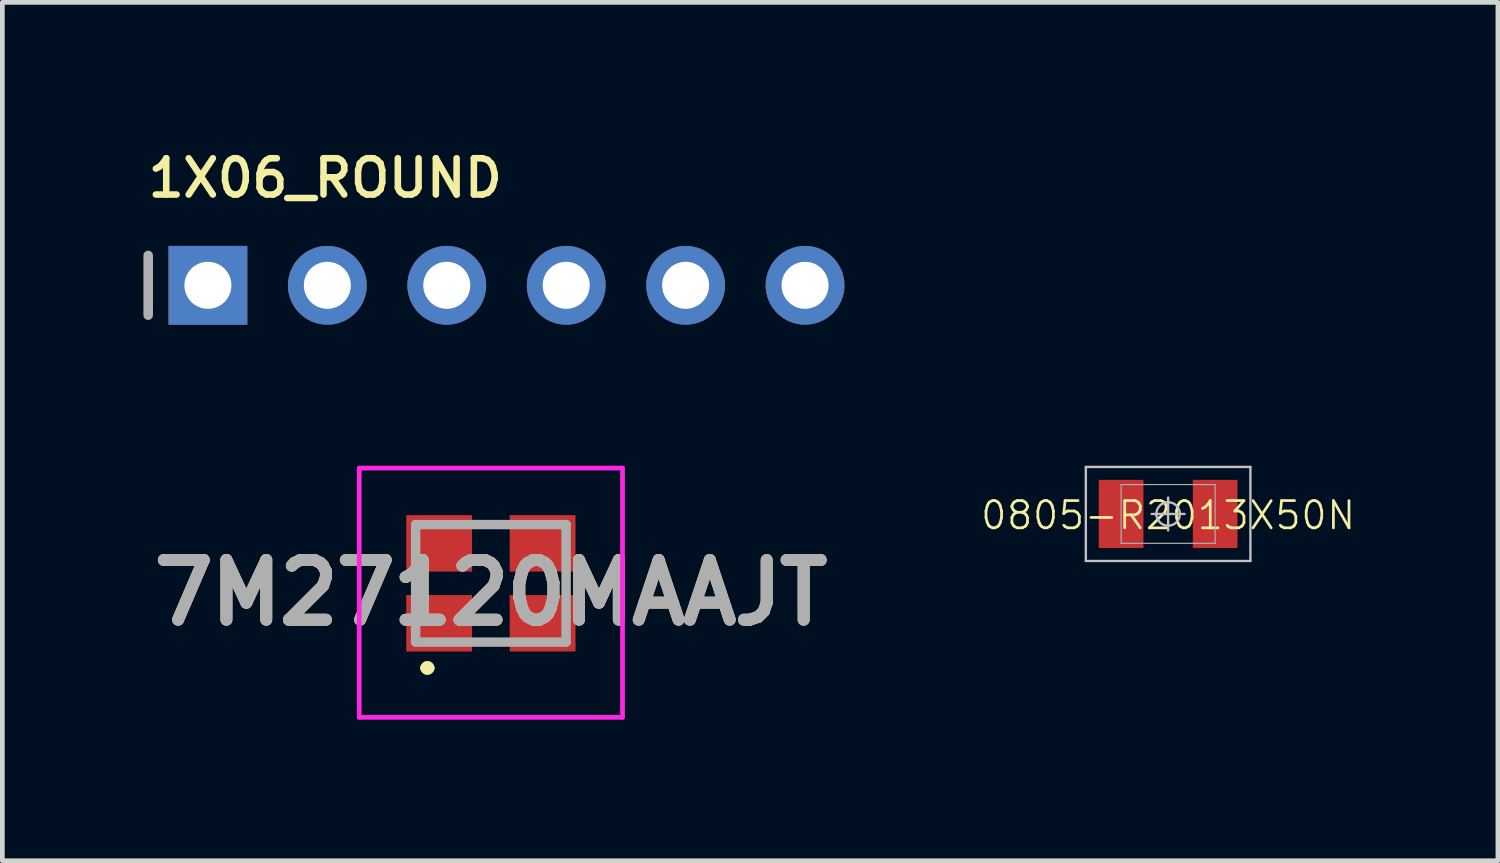
<source format=kicad_pcb>
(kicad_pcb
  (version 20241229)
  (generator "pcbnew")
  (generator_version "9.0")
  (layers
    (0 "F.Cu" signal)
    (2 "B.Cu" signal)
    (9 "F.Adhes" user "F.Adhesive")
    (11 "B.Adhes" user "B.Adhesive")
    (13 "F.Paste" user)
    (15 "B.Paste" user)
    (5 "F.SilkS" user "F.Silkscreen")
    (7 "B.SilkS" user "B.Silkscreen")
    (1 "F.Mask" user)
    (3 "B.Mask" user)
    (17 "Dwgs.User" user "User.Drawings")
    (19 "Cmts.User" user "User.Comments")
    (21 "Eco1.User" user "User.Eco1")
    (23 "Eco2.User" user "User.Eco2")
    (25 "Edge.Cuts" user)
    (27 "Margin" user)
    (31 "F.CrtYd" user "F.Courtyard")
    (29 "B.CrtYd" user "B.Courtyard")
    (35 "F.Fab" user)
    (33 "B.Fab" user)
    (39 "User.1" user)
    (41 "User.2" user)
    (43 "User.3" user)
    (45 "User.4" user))
  (footprint "0805-R2013X50N"
    (layer "F.Cu")
    (at 21.794 7.881)
    (property "Reference" "0805-R2013X50N" (at 0 0.03 0) (layer "F.SilkS") (effects (font (size 0.579 0.579) (thickness 0.058))))
    (attr through_hole)
    (fp_line (start -1.75 -1) (end 1.75 -1) (stroke (width 0.05) (type solid)) (layer "Dwgs.User"))
    (fp_line (start -1.75 1) (end -1.75 -1) (stroke (width 0.05) (type solid)) (layer "Dwgs.User"))
    (fp_line (start 0 0.35) (end 0 -0.35) (stroke (width 0.05) (type solid)) (layer "Dwgs.User"))
    (fp_line (start 0.35 0) (end -0.35 0) (stroke (width 0.05) (type solid)) (layer "Dwgs.User"))
    (fp_line (start 1.75 -1) (end 1.75 1) (stroke (width 0.05) (type solid)) (layer "Dwgs.User"))
    (fp_line (start 1.75 1) (end -1.75 1) (stroke (width 0.05) (type solid)) (layer "Dwgs.User"))
    (fp_circle (center 0 0) (end 0.25 0) (stroke (width 0.05) (type solid)) (fill no) (layer "Dwgs.User"))
    (fp_line (start -1 -0.625) (end -1 0.625) (stroke (width 0.025) (type solid)) (layer "F.Fab"))
    (fp_line (start -1 0.625) (end 1 0.625) (stroke (width 0.025) (type solid)) (layer "F.Fab"))
    (fp_line (start 1 -0.625) (end -1 -0.625) (stroke (width 0.025) (type solid)) (layer "F.Fab"))
    (fp_line (start 1 0.625) (end 1 -0.625) (stroke (width 0.025) (type solid)) (layer "F.Fab"))
    (pad "1" smd roundrect (at -1 0) (size 0.95 1.45) (layers "F.Cu" "F.Mask" "F.Paste") (roundrect_rratio 0.015))
    (pad "2" smd roundrect (at 1 0) (size 0.95 1.45) (layers "F.Cu" "F.Mask" "F.Paste") (roundrect_rratio 0.015)))
  (footprint "7M27120MAAJT"
    (layer "F.Cu")
    (at 7.39 9.356)
    (property "Reference" "7M27120MAAJT" (at 0 0.2 0) (layer "F.SilkS") (effects (font (size 1.27 1.27) (thickness 0.254))))
    (attr smd)
    (fp_line (start -1.4 1.8) (end -1.4 1.8) (stroke (width 0.2) (type solid)) (layer "F.SilkS"))
    (fp_line (start -1.3 1.8) (end -1.3 1.8) (stroke (width 0.2) (type solid)) (layer "F.SilkS"))
    (fp_line (start -0.2 -1.25) (end 0.2 -1.25) (stroke (width 0.1) (type solid)) (layer "F.SilkS"))
    (fp_line (start -0.2 1.25) (end 0.2 1.25) (stroke (width 0.1) (type solid)) (layer "F.SilkS"))
    (fp_arc (start -1.4 1.8) (mid -1.35 1.75) (end -1.3 1.8) (stroke (width 0.2) (type solid)) (layer "F.SilkS"))
    (fp_arc (start -1.3 1.8) (mid -1.35 1.85) (end -1.4 1.8) (stroke (width 0.2) (type solid)) (layer "F.SilkS"))
    (fp_line (start -2.8 -2.45) (end 2.8 -2.45) (stroke (width 0.1) (type solid)) (layer "F.CrtYd"))
    (fp_line (start -2.8 2.85) (end -2.8 -2.45) (stroke (width 0.1) (type solid)) (layer "F.CrtYd"))
    (fp_line (start 2.8 -2.45) (end 2.8 2.85) (stroke (width 0.1) (type solid)) (layer "F.CrtYd"))
    (fp_line (start 2.8 2.85) (end -2.8 2.85) (stroke (width 0.1) (type solid)) (layer "F.CrtYd"))
    (fp_line (start -1.6 -1.25) (end 1.6 -1.25) (stroke (width 0.2) (type solid)) (layer "F.Fab"))
    (fp_line (start -1.6 1.25) (end -1.6 -1.25) (stroke (width 0.2) (type solid)) (layer "F.Fab"))
    (fp_line (start 1.6 -1.25) (end 1.6 1.25) (stroke (width 0.2) (type solid)) (layer "F.Fab"))
    (fp_line (start 1.6 1.25) (end -1.6 1.25) (stroke (width 0.2) (type solid)) (layer "F.Fab"))
    (fp_text user "${REFERENCE}" (at 0 0.2 0) (layer "F.Fab") (effects (font (size 1.27 1.27) (thickness 0.254))))
    (pad "1" smd rect (at -1.1 0.85 90) (size 1.2 1.4) (layers "F.Cu" "F.Mask" "F.Paste"))
    (pad "2" smd rect (at 1.1 0.85 90) (size 1.2 1.4) (layers "F.Cu" "F.Mask" "F.Paste"))
    (pad "3" smd rect (at 1.1 -0.85 90) (size 1.2 1.4) (layers "F.Cu" "F.Mask" "F.Paste"))
    (pad "4" smd rect (at -1.1 -0.85 90) (size 1.2 1.4) (layers "F.Cu" "F.Mask" "F.Paste")))
  (footprint "1X06_ROUND"
    (layer "F.Cu")
    (at 7.722 3.018)
    (property "Reference" "1X06_ROUND" (at -7.696 -1.829 0) (layer "F.SilkS") (effects (font (size 0.772 0.772) (thickness 0.139)) (justify left bottom)))
    (attr through_hole)
    (fp_line (start -7.62 -0.635) (end -7.62 0.635) (stroke (width 0.203) (type solid)) (layer "F.Fab"))
    (fp_poly (pts (xy -6.604 0.254) (xy -6.096 0.254) (xy -6.096 -0.254) (xy -6.604 -0.254)) (stroke (width 0.1) (type solid)) (fill no) (layer "F.Fab"))
    (fp_poly (pts (xy -4.064 0.254) (xy -3.556 0.254) (xy -3.556 -0.254) (xy -4.064 -0.254)) (stroke (width 0.1) (type solid)) (fill no) (layer "F.Fab"))
    (fp_poly (pts (xy -1.524 0.254) (xy -1.016 0.254) (xy -1.016 -0.254) (xy -1.524 -0.254)) (stroke (width 0.1) (type solid)) (fill no) (layer "F.Fab"))
    (fp_poly (pts (xy 1.016 0.254) (xy 1.524 0.254) (xy 1.524 -0.254) (xy 1.016 -0.254)) (stroke (width 0.1) (type solid)) (fill no) (layer "F.Fab"))
    (fp_poly (pts (xy 3.556 0.254) (xy 4.064 0.254) (xy 4.064 -0.254) (xy 3.556 -0.254)) (stroke (width 0.1) (type solid)) (fill no) (layer "F.Fab"))
    (fp_poly (pts (xy 6.096 0.254) (xy 6.604 0.254) (xy 6.604 -0.254) (xy 6.096 -0.254)) (stroke (width 0.1) (type solid)) (fill no) (layer "F.Fab"))
    (pad "1" thru_hole rect (at -6.35 0 90) (size 1.676 1.676) (drill 1) (layers "*.Cu" "*.Mask"))
    (pad "2" thru_hole circle (at -3.81 0 90) (size 1.676 1.676) (drill 1) (layers "*.Cu" "*.Mask"))
    (pad "3" thru_hole circle (at -1.27 0 90) (size 1.676 1.676) (drill 1) (layers "*.Cu" "*.Mask"))
    (pad "4" thru_hole circle (at 1.27 0 90) (size 1.676 1.676) (drill 1) (layers "*.Cu" "*.Mask"))
    (pad "5" thru_hole circle (at 3.81 0 90) (size 1.676 1.676) (drill 1) (layers "*.Cu" "*.Mask"))
    (pad "6" thru_hole circle (at 6.35 0 90) (size 1.676 1.676) (drill 1) (layers "*.Cu" "*.Mask")))
  (gr_rect
    (start -3 -3)
    (end 28.808 15.256)
    (stroke (width 0.1) (type default))
    (fill no)
    (layer "Edge.Cuts")))
</source>
